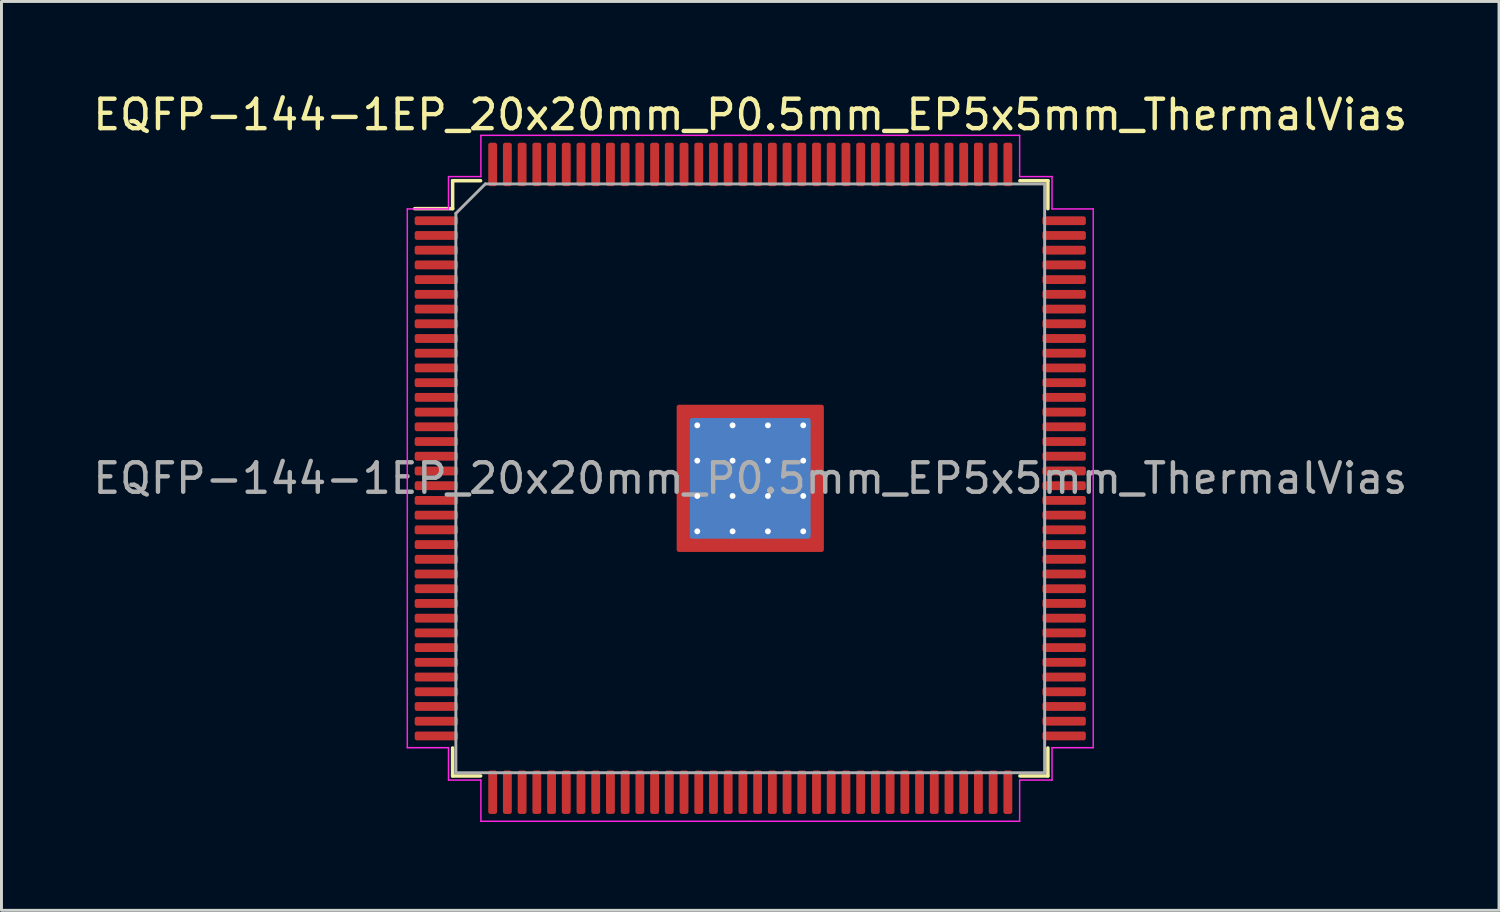
<source format=kicad_pcb>
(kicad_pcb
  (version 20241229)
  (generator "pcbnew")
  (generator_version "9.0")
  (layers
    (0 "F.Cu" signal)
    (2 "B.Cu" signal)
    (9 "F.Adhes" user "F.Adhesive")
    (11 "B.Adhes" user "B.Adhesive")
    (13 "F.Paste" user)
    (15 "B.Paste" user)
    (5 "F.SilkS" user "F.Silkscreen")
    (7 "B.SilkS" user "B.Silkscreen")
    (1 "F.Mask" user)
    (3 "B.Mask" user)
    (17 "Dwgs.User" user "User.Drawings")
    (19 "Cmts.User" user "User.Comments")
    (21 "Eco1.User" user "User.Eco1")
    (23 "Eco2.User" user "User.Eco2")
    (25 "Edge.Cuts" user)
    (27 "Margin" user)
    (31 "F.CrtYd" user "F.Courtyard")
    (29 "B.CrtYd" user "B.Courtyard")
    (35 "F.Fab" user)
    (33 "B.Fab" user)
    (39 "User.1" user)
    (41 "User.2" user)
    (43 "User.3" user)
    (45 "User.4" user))
  (footprint "EQFP-144-1EP_20x20mm_P0.5mm_EP5x5mm_ThermalVias"
    (layer "F.Cu")
    (at 22.435 13.198)
    (property "Reference" "EQFP-144-1EP_20x20mm_P0.5mm_EP5x5mm_ThermalVias" (at 0 -12.35 0) (layer "F.SilkS") (effects (font (size 1 1) (thickness 0.15))))
    (attr smd)
    (fp_line (start -10.11 -10.11) (end -10.11 -9.16) (stroke (width 0.12) (type solid)) (layer "F.SilkS"))
    (fp_line (start -10.11 -9.16) (end -11.4 -9.16) (stroke (width 0.12) (type solid)) (layer "F.SilkS"))
    (fp_line (start -10.11 10.11) (end -10.11 9.16) (stroke (width 0.12) (type solid)) (layer "F.SilkS"))
    (fp_line (start -9.16 -10.11) (end -10.11 -10.11) (stroke (width 0.12) (type solid)) (layer "F.SilkS"))
    (fp_line (start -9.16 10.11) (end -10.11 10.11) (stroke (width 0.12) (type solid)) (layer "F.SilkS"))
    (fp_line (start 9.16 -10.11) (end 10.11 -10.11) (stroke (width 0.12) (type solid)) (layer "F.SilkS"))
    (fp_line (start 9.16 10.11) (end 10.11 10.11) (stroke (width 0.12) (type solid)) (layer "F.SilkS"))
    (fp_line (start 10.11 -10.11) (end 10.11 -9.16) (stroke (width 0.12) (type solid)) (layer "F.SilkS"))
    (fp_line (start 10.11 10.11) (end 10.11 9.16) (stroke (width 0.12) (type solid)) (layer "F.SilkS"))
    (fp_line (start -11.65 -9.15) (end -11.65 0) (stroke (width 0.05) (type solid)) (layer "F.CrtYd"))
    (fp_line (start -11.65 9.15) (end -11.65 0) (stroke (width 0.05) (type solid)) (layer "F.CrtYd"))
    (fp_line (start -10.25 -10.25) (end -10.25 -9.15) (stroke (width 0.05) (type solid)) (layer "F.CrtYd"))
    (fp_line (start -10.25 -9.15) (end -11.65 -9.15) (stroke (width 0.05) (type solid)) (layer "F.CrtYd"))
    (fp_line (start -10.25 9.15) (end -11.65 9.15) (stroke (width 0.05) (type solid)) (layer "F.CrtYd"))
    (fp_line (start -10.25 10.25) (end -10.25 9.15) (stroke (width 0.05) (type solid)) (layer "F.CrtYd"))
    (fp_line (start -9.15 -11.65) (end -9.15 -10.25) (stroke (width 0.05) (type solid)) (layer "F.CrtYd"))
    (fp_line (start -9.15 -10.25) (end -10.25 -10.25) (stroke (width 0.05) (type solid)) (layer "F.CrtYd"))
    (fp_line (start -9.15 10.25) (end -10.25 10.25) (stroke (width 0.05) (type solid)) (layer "F.CrtYd"))
    (fp_line (start -9.15 11.65) (end -9.15 10.25) (stroke (width 0.05) (type solid)) (layer "F.CrtYd"))
    (fp_line (start 0 -11.65) (end -9.15 -11.65) (stroke (width 0.05) (type solid)) (layer "F.CrtYd"))
    (fp_line (start 0 -11.65) (end 9.15 -11.65) (stroke (width 0.05) (type solid)) (layer "F.CrtYd"))
    (fp_line (start 0 11.65) (end -9.15 11.65) (stroke (width 0.05) (type solid)) (layer "F.CrtYd"))
    (fp_line (start 0 11.65) (end 9.15 11.65) (stroke (width 0.05) (type solid)) (layer "F.CrtYd"))
    (fp_line (start 9.15 -11.65) (end 9.15 -10.25) (stroke (width 0.05) (type solid)) (layer "F.CrtYd"))
    (fp_line (start 9.15 -10.25) (end 10.25 -10.25) (stroke (width 0.05) (type solid)) (layer "F.CrtYd"))
    (fp_line (start 9.15 10.25) (end 10.25 10.25) (stroke (width 0.05) (type solid)) (layer "F.CrtYd"))
    (fp_line (start 9.15 11.65) (end 9.15 10.25) (stroke (width 0.05) (type solid)) (layer "F.CrtYd"))
    (fp_line (start 10.25 -10.25) (end 10.25 -9.15) (stroke (width 0.05) (type solid)) (layer "F.CrtYd"))
    (fp_line (start 10.25 -9.15) (end 11.65 -9.15) (stroke (width 0.05) (type solid)) (layer "F.CrtYd"))
    (fp_line (start 10.25 9.15) (end 11.65 9.15) (stroke (width 0.05) (type solid)) (layer "F.CrtYd"))
    (fp_line (start 10.25 10.25) (end 10.25 9.15) (stroke (width 0.05) (type solid)) (layer "F.CrtYd"))
    (fp_line (start 11.65 -9.15) (end 11.65 0) (stroke (width 0.05) (type solid)) (layer "F.CrtYd"))
    (fp_line (start 11.65 9.15) (end 11.65 0) (stroke (width 0.05) (type solid)) (layer "F.CrtYd"))
    (fp_line (start -10 -9) (end -9 -10) (stroke (width 0.1) (type solid)) (layer "F.Fab"))
    (fp_line (start -10 10) (end -10 -9) (stroke (width 0.1) (type solid)) (layer "F.Fab"))
    (fp_line (start -9 -10) (end 10 -10) (stroke (width 0.1) (type solid)) (layer "F.Fab"))
    (fp_line (start 10 -10) (end 10 10) (stroke (width 0.1) (type solid)) (layer "F.Fab"))
    (fp_line (start 10 10) (end -10 10) (stroke (width 0.1) (type solid)) (layer "F.Fab"))
    (fp_text user "${REFERENCE}" (at 0 0 0) (layer "F.Fab") (effects (font (size 1 1) (thickness 0.15))))
    (pad "" smd custom (at -2.15 -2.15) (size 0.46 0.46) (layers "F.Paste") (options (anchor circle)) (primitives (gr_poly (pts (xy -0.282 -0.282) (xy 0.282 -0.282) (xy 0.282 0.135) (xy 0.135 0.282) (xy -0.282 0.282)) (width 0) (fill yes))))
    (pad "" smd custom (at -2.15 -1.2) (size 0.495 0.495) (layers "F.Paste") (options (anchor circle)) (primitives (gr_poly (pts (xy -0.282 -0.484) (xy 0.183 -0.484) (xy 0.282 -0.385) (xy 0.282 0.385) (xy 0.183 0.484) (xy -0.282 0.484)) (width 0) (fill yes))))
    (pad "" smd custom (at -2.15 0) (size 0.495 0.495) (layers "F.Paste") (options (anchor circle)) (primitives (gr_poly (pts (xy -0.282 -0.484) (xy 0.183 -0.484) (xy 0.282 -0.385) (xy 0.282 0.385) (xy 0.183 0.484) (xy -0.282 0.484)) (width 0) (fill yes))))
    (pad "" smd custom (at -2.15 1.2) (size 0.495 0.495) (layers "F.Paste") (options (anchor circle)) (primitives (gr_poly (pts (xy -0.282 -0.484) (xy 0.183 -0.484) (xy 0.282 -0.385) (xy 0.282 0.385) (xy 0.183 0.484) (xy -0.282 0.484)) (width 0) (fill yes))))
    (pad "" smd custom (at -2.15 2.15) (size 0.46 0.46) (layers "F.Paste") (options (anchor circle)) (primitives (gr_poly (pts (xy -0.282 -0.282) (xy 0.135 -0.282) (xy 0.282 -0.135) (xy 0.282 0.282) (xy -0.282 0.282)) (width 0) (fill yes))))
    (pad "" smd custom (at -1.2 -2.15) (size 0.495 0.495) (layers "F.Paste") (options (anchor circle)) (primitives (gr_poly (pts (xy -0.484 -0.282) (xy 0.484 -0.282) (xy 0.484 0.183) (xy 0.385 0.282) (xy -0.385 0.282) (xy -0.484 0.183)) (width 0) (fill yes))))
    (pad "" smd custom (at -1.2 -1.2) (size 0.932 0.932) (layers "F.Paste") (options (anchor circle)) (primitives (gr_poly (pts (xy -0.484 -0.433) (xy -0.433 -0.484) (xy 0.433 -0.484) (xy 0.484 -0.433) (xy 0.484 0.433) (xy 0.433 0.484) (xy -0.433 0.484) (xy -0.484 0.433)) (width 0) (fill yes))))
    (pad "" smd custom (at -1.2 0) (size 0.932 0.932) (layers "F.Paste") (options (anchor circle)) (primitives (gr_poly (pts (xy -0.484 -0.433) (xy -0.433 -0.484) (xy 0.433 -0.484) (xy 0.484 -0.433) (xy 0.484 0.433) (xy 0.433 0.484) (xy -0.433 0.484) (xy -0.484 0.433)) (width 0) (fill yes))))
    (pad "" smd custom (at -1.2 1.2) (size 0.932 0.932) (layers "F.Paste") (options (anchor circle)) (primitives (gr_poly (pts (xy -0.484 -0.433) (xy -0.433 -0.484) (xy 0.433 -0.484) (xy 0.484 -0.433) (xy 0.484 0.433) (xy 0.433 0.484) (xy -0.433 0.484) (xy -0.484 0.433)) (width 0) (fill yes))))
    (pad "" smd custom (at -1.2 2.15) (size 0.495 0.495) (layers "F.Paste") (options (anchor circle)) (primitives (gr_poly (pts (xy -0.484 -0.183) (xy -0.385 -0.282) (xy 0.385 -0.282) (xy 0.484 -0.183) (xy 0.484 0.282) (xy -0.484 0.282)) (width 0) (fill yes))))
    (pad "" smd custom (at 0 -2.15) (size 0.495 0.495) (layers "F.Paste") (options (anchor circle)) (primitives (gr_poly (pts (xy -0.484 -0.282) (xy 0.484 -0.282) (xy 0.484 0.183) (xy 0.385 0.282) (xy -0.385 0.282) (xy -0.484 0.183)) (width 0) (fill yes))))
    (pad "" smd custom (at 0 -1.2) (size 0.932 0.932) (layers "F.Paste") (options (anchor circle)) (primitives (gr_poly (pts (xy -0.484 -0.433) (xy -0.433 -0.484) (xy 0.433 -0.484) (xy 0.484 -0.433) (xy 0.484 0.433) (xy 0.433 0.484) (xy -0.433 0.484) (xy -0.484 0.433)) (width 0) (fill yes))))
    (pad "" smd custom (at 0 0) (size 0.932 0.932) (layers "F.Paste") (options (anchor circle)) (primitives (gr_poly (pts (xy -0.484 -0.433) (xy -0.433 -0.484) (xy 0.433 -0.484) (xy 0.484 -0.433) (xy 0.484 0.433) (xy 0.433 0.484) (xy -0.433 0.484) (xy -0.484 0.433)) (width 0) (fill yes))))
    (pad "" smd custom (at 0 1.2) (size 0.932 0.932) (layers "F.Paste") (options (anchor circle)) (primitives (gr_poly (pts (xy -0.484 -0.433) (xy -0.433 -0.484) (xy 0.433 -0.484) (xy 0.484 -0.433) (xy 0.484 0.433) (xy 0.433 0.484) (xy -0.433 0.484) (xy -0.484 0.433)) (width 0) (fill yes))))
    (pad "" smd custom (at 0 2.15) (size 0.495 0.495) (layers "F.Paste") (options (anchor circle)) (primitives (gr_poly (pts (xy -0.484 -0.183) (xy -0.385 -0.282) (xy 0.385 -0.282) (xy 0.484 -0.183) (xy 0.484 0.282) (xy -0.484 0.282)) (width 0) (fill yes))))
    (pad "" smd custom (at 1.2 -2.15) (size 0.495 0.495) (layers "F.Paste") (options (anchor circle)) (primitives (gr_poly (pts (xy -0.484 -0.282) (xy 0.484 -0.282) (xy 0.484 0.183) (xy 0.385 0.282) (xy -0.385 0.282) (xy -0.484 0.183)) (width 0) (fill yes))))
    (pad "" smd custom (at 1.2 -1.2) (size 0.932 0.932) (layers "F.Paste") (options (anchor circle)) (primitives (gr_poly (pts (xy -0.484 -0.433) (xy -0.433 -0.484) (xy 0.433 -0.484) (xy 0.484 -0.433) (xy 0.484 0.433) (xy 0.433 0.484) (xy -0.433 0.484) (xy -0.484 0.433)) (width 0) (fill yes))))
    (pad "" smd custom (at 1.2 0) (size 0.932 0.932) (layers "F.Paste") (options (anchor circle)) (primitives (gr_poly (pts (xy -0.484 -0.433) (xy -0.433 -0.484) (xy 0.433 -0.484) (xy 0.484 -0.433) (xy 0.484 0.433) (xy 0.433 0.484) (xy -0.433 0.484) (xy -0.484 0.433)) (width 0) (fill yes))))
    (pad "" smd custom (at 1.2 1.2) (size 0.932 0.932) (layers "F.Paste") (options (anchor circle)) (primitives (gr_poly (pts (xy -0.484 -0.433) (xy -0.433 -0.484) (xy 0.433 -0.484) (xy 0.484 -0.433) (xy 0.484 0.433) (xy 0.433 0.484) (xy -0.433 0.484) (xy -0.484 0.433)) (width 0) (fill yes))))
    (pad "" smd custom (at 1.2 2.15) (size 0.495 0.495) (layers "F.Paste") (options (anchor circle)) (primitives (gr_poly (pts (xy -0.484 -0.183) (xy -0.385 -0.282) (xy 0.385 -0.282) (xy 0.484 -0.183) (xy 0.484 0.282) (xy -0.484 0.282)) (width 0) (fill yes))))
    (pad "" smd custom (at 2.15 -2.15) (size 0.46 0.46) (layers "F.Paste") (options (anchor circle)) (primitives (gr_poly (pts (xy -0.282 -0.282) (xy 0.282 -0.282) (xy 0.282 0.282) (xy -0.135 0.282) (xy -0.282 0.135)) (width 0) (fill yes))))
    (pad "" smd custom (at 2.15 -1.2) (size 0.495 0.495) (layers "F.Paste") (options (anchor circle)) (primitives (gr_poly (pts (xy -0.282 -0.385) (xy -0.183 -0.484) (xy 0.282 -0.484) (xy 0.282 0.484) (xy -0.183 0.484) (xy -0.282 0.385)) (width 0) (fill yes))))
    (pad "" smd custom (at 2.15 0) (size 0.495 0.495) (layers "F.Paste") (options (anchor circle)) (primitives (gr_poly (pts (xy -0.282 -0.385) (xy -0.183 -0.484) (xy 0.282 -0.484) (xy 0.282 0.484) (xy -0.183 0.484) (xy -0.282 0.385)) (width 0) (fill yes))))
    (pad "" smd custom (at 2.15 1.2) (size 0.495 0.495) (layers "F.Paste") (options (anchor circle)) (primitives (gr_poly (pts (xy -0.282 -0.385) (xy -0.183 -0.484) (xy 0.282 -0.484) (xy 0.282 0.484) (xy -0.183 0.484) (xy -0.282 0.385)) (width 0) (fill yes))))
    (pad "" smd custom (at 2.15 2.15) (size 0.46 0.46) (layers "F.Paste") (options (anchor circle)) (primitives (gr_poly (pts (xy -0.282 -0.135) (xy -0.135 -0.282) (xy 0.282 -0.282) (xy 0.282 0.282) (xy -0.282 0.282)) (width 0) (fill yes))))
    (pad "1" smd roundrect (at -10.662 -8.75) (size 1.475 0.3) (layers "F.Cu" "F.Mask" "F.Paste") (roundrect_rratio 0.25))
    (pad "2" smd roundrect (at -10.662 -8.25) (size 1.475 0.3) (layers "F.Cu" "F.Mask" "F.Paste") (roundrect_rratio 0.25))
    (pad "3" smd roundrect (at -10.662 -7.75) (size 1.475 0.3) (layers "F.Cu" "F.Mask" "F.Paste") (roundrect_rratio 0.25))
    (pad "4" smd roundrect (at -10.662 -7.25) (size 1.475 0.3) (layers "F.Cu" "F.Mask" "F.Paste") (roundrect_rratio 0.25))
    (pad "5" smd roundrect (at -10.662 -6.75) (size 1.475 0.3) (layers "F.Cu" "F.Mask" "F.Paste") (roundrect_rratio 0.25))
    (pad "6" smd roundrect (at -10.662 -6.25) (size 1.475 0.3) (layers "F.Cu" "F.Mask" "F.Paste") (roundrect_rratio 0.25))
    (pad "7" smd roundrect (at -10.662 -5.75) (size 1.475 0.3) (layers "F.Cu" "F.Mask" "F.Paste") (roundrect_rratio 0.25))
    (pad "8" smd roundrect (at -10.662 -5.25) (size 1.475 0.3) (layers "F.Cu" "F.Mask" "F.Paste") (roundrect_rratio 0.25))
    (pad "9" smd roundrect (at -10.662 -4.75) (size 1.475 0.3) (layers "F.Cu" "F.Mask" "F.Paste") (roundrect_rratio 0.25))
    (pad "10" smd roundrect (at -10.662 -4.25) (size 1.475 0.3) (layers "F.Cu" "F.Mask" "F.Paste") (roundrect_rratio 0.25))
    (pad "11" smd roundrect (at -10.662 -3.75) (size 1.475 0.3) (layers "F.Cu" "F.Mask" "F.Paste") (roundrect_rratio 0.25))
    (pad "12" smd roundrect (at -10.662 -3.25) (size 1.475 0.3) (layers "F.Cu" "F.Mask" "F.Paste") (roundrect_rratio 0.25))
    (pad "13" smd roundrect (at -10.662 -2.75) (size 1.475 0.3) (layers "F.Cu" "F.Mask" "F.Paste") (roundrect_rratio 0.25))
    (pad "14" smd roundrect (at -10.662 -2.25) (size 1.475 0.3) (layers "F.Cu" "F.Mask" "F.Paste") (roundrect_rratio 0.25))
    (pad "15" smd roundrect (at -10.662 -1.75) (size 1.475 0.3) (layers "F.Cu" "F.Mask" "F.Paste") (roundrect_rratio 0.25))
    (pad "16" smd roundrect (at -10.662 -1.25) (size 1.475 0.3) (layers "F.Cu" "F.Mask" "F.Paste") (roundrect_rratio 0.25))
    (pad "17" smd roundrect (at -10.662 -0.75) (size 1.475 0.3) (layers "F.Cu" "F.Mask" "F.Paste") (roundrect_rratio 0.25))
    (pad "18" smd roundrect (at -10.662 -0.25) (size 1.475 0.3) (layers "F.Cu" "F.Mask" "F.Paste") (roundrect_rratio 0.25))
    (pad "19" smd roundrect (at -10.662 0.25) (size 1.475 0.3) (layers "F.Cu" "F.Mask" "F.Paste") (roundrect_rratio 0.25))
    (pad "20" smd roundrect (at -10.662 0.75) (size 1.475 0.3) (layers "F.Cu" "F.Mask" "F.Paste") (roundrect_rratio 0.25))
    (pad "21" smd roundrect (at -10.662 1.25) (size 1.475 0.3) (layers "F.Cu" "F.Mask" "F.Paste") (roundrect_rratio 0.25))
    (pad "22" smd roundrect (at -10.662 1.75) (size 1.475 0.3) (layers "F.Cu" "F.Mask" "F.Paste") (roundrect_rratio 0.25))
    (pad "23" smd roundrect (at -10.662 2.25) (size 1.475 0.3) (layers "F.Cu" "F.Mask" "F.Paste") (roundrect_rratio 0.25))
    (pad "24" smd roundrect (at -10.662 2.75) (size 1.475 0.3) (layers "F.Cu" "F.Mask" "F.Paste") (roundrect_rratio 0.25))
    (pad "25" smd roundrect (at -10.662 3.25) (size 1.475 0.3) (layers "F.Cu" "F.Mask" "F.Paste") (roundrect_rratio 0.25))
    (pad "26" smd roundrect (at -10.662 3.75) (size 1.475 0.3) (layers "F.Cu" "F.Mask" "F.Paste") (roundrect_rratio 0.25))
    (pad "27" smd roundrect (at -10.662 4.25) (size 1.475 0.3) (layers "F.Cu" "F.Mask" "F.Paste") (roundrect_rratio 0.25))
    (pad "28" smd roundrect (at -10.662 4.75) (size 1.475 0.3) (layers "F.Cu" "F.Mask" "F.Paste") (roundrect_rratio 0.25))
    (pad "29" smd roundrect (at -10.662 5.25) (size 1.475 0.3) (layers "F.Cu" "F.Mask" "F.Paste") (roundrect_rratio 0.25))
    (pad "30" smd roundrect (at -10.662 5.75) (size 1.475 0.3) (layers "F.Cu" "F.Mask" "F.Paste") (roundrect_rratio 0.25))
    (pad "31" smd roundrect (at -10.662 6.25) (size 1.475 0.3) (layers "F.Cu" "F.Mask" "F.Paste") (roundrect_rratio 0.25))
    (pad "32" smd roundrect (at -10.662 6.75) (size 1.475 0.3) (layers "F.Cu" "F.Mask" "F.Paste") (roundrect_rratio 0.25))
    (pad "33" smd roundrect (at -10.662 7.25) (size 1.475 0.3) (layers "F.Cu" "F.Mask" "F.Paste") (roundrect_rratio 0.25))
    (pad "34" smd roundrect (at -10.662 7.75) (size 1.475 0.3) (layers "F.Cu" "F.Mask" "F.Paste") (roundrect_rratio 0.25))
    (pad "35" smd roundrect (at -10.662 8.25) (size 1.475 0.3) (layers "F.Cu" "F.Mask" "F.Paste") (roundrect_rratio 0.25))
    (pad "36" smd roundrect (at -10.662 8.75) (size 1.475 0.3) (layers "F.Cu" "F.Mask" "F.Paste") (roundrect_rratio 0.25))
    (pad "37" smd roundrect (at -8.75 10.662) (size 0.3 1.475) (layers "F.Cu" "F.Mask" "F.Paste") (roundrect_rratio 0.25))
    (pad "38" smd roundrect (at -8.25 10.662) (size 0.3 1.475) (layers "F.Cu" "F.Mask" "F.Paste") (roundrect_rratio 0.25))
    (pad "39" smd roundrect (at -7.75 10.662) (size 0.3 1.475) (layers "F.Cu" "F.Mask" "F.Paste") (roundrect_rratio 0.25))
    (pad "40" smd roundrect (at -7.25 10.662) (size 0.3 1.475) (layers "F.Cu" "F.Mask" "F.Paste") (roundrect_rratio 0.25))
    (pad "41" smd roundrect (at -6.75 10.662) (size 0.3 1.475) (layers "F.Cu" "F.Mask" "F.Paste") (roundrect_rratio 0.25))
    (pad "42" smd roundrect (at -6.25 10.662) (size 0.3 1.475) (layers "F.Cu" "F.Mask" "F.Paste") (roundrect_rratio 0.25))
    (pad "43" smd roundrect (at -5.75 10.662) (size 0.3 1.475) (layers "F.Cu" "F.Mask" "F.Paste") (roundrect_rratio 0.25))
    (pad "44" smd roundrect (at -5.25 10.662) (size 0.3 1.475) (layers "F.Cu" "F.Mask" "F.Paste") (roundrect_rratio 0.25))
    (pad "45" smd roundrect (at -4.75 10.662) (size 0.3 1.475) (layers "F.Cu" "F.Mask" "F.Paste") (roundrect_rratio 0.25))
    (pad "46" smd roundrect (at -4.25 10.662) (size 0.3 1.475) (layers "F.Cu" "F.Mask" "F.Paste") (roundrect_rratio 0.25))
    (pad "47" smd roundrect (at -3.75 10.662) (size 0.3 1.475) (layers "F.Cu" "F.Mask" "F.Paste") (roundrect_rratio 0.25))
    (pad "48" smd roundrect (at -3.25 10.662) (size 0.3 1.475) (layers "F.Cu" "F.Mask" "F.Paste") (roundrect_rratio 0.25))
    (pad "49" smd roundrect (at -2.75 10.662) (size 0.3 1.475) (layers "F.Cu" "F.Mask" "F.Paste") (roundrect_rratio 0.25))
    (pad "50" smd roundrect (at -2.25 10.662) (size 0.3 1.475) (layers "F.Cu" "F.Mask" "F.Paste") (roundrect_rratio 0.25))
    (pad "51" smd roundrect (at -1.75 10.662) (size 0.3 1.475) (layers "F.Cu" "F.Mask" "F.Paste") (roundrect_rratio 0.25))
    (pad "52" smd roundrect (at -1.25 10.662) (size 0.3 1.475) (layers "F.Cu" "F.Mask" "F.Paste") (roundrect_rratio 0.25))
    (pad "53" smd roundrect (at -0.75 10.662) (size 0.3 1.475) (layers "F.Cu" "F.Mask" "F.Paste") (roundrect_rratio 0.25))
    (pad "54" smd roundrect (at -0.25 10.662) (size 0.3 1.475) (layers "F.Cu" "F.Mask" "F.Paste") (roundrect_rratio 0.25))
    (pad "55" smd roundrect (at 0.25 10.662) (size 0.3 1.475) (layers "F.Cu" "F.Mask" "F.Paste") (roundrect_rratio 0.25))
    (pad "56" smd roundrect (at 0.75 10.662) (size 0.3 1.475) (layers "F.Cu" "F.Mask" "F.Paste") (roundrect_rratio 0.25))
    (pad "57" smd roundrect (at 1.25 10.662) (size 0.3 1.475) (layers "F.Cu" "F.Mask" "F.Paste") (roundrect_rratio 0.25))
    (pad "58" smd roundrect (at 1.75 10.662) (size 0.3 1.475) (layers "F.Cu" "F.Mask" "F.Paste") (roundrect_rratio 0.25))
    (pad "59" smd roundrect (at 2.25 10.662) (size 0.3 1.475) (layers "F.Cu" "F.Mask" "F.Paste") (roundrect_rratio 0.25))
    (pad "60" smd roundrect (at 2.75 10.662) (size 0.3 1.475) (layers "F.Cu" "F.Mask" "F.Paste") (roundrect_rratio 0.25))
    (pad "61" smd roundrect (at 3.25 10.662) (size 0.3 1.475) (layers "F.Cu" "F.Mask" "F.Paste") (roundrect_rratio 0.25))
    (pad "62" smd roundrect (at 3.75 10.662) (size 0.3 1.475) (layers "F.Cu" "F.Mask" "F.Paste") (roundrect_rratio 0.25))
    (pad "63" smd roundrect (at 4.25 10.662) (size 0.3 1.475) (layers "F.Cu" "F.Mask" "F.Paste") (roundrect_rratio 0.25))
    (pad "64" smd roundrect (at 4.75 10.662) (size 0.3 1.475) (layers "F.Cu" "F.Mask" "F.Paste") (roundrect_rratio 0.25))
    (pad "65" smd roundrect (at 5.25 10.662) (size 0.3 1.475) (layers "F.Cu" "F.Mask" "F.Paste") (roundrect_rratio 0.25))
    (pad "66" smd roundrect (at 5.75 10.662) (size 0.3 1.475) (layers "F.Cu" "F.Mask" "F.Paste") (roundrect_rratio 0.25))
    (pad "67" smd roundrect (at 6.25 10.662) (size 0.3 1.475) (layers "F.Cu" "F.Mask" "F.Paste") (roundrect_rratio 0.25))
    (pad "68" smd roundrect (at 6.75 10.662) (size 0.3 1.475) (layers "F.Cu" "F.Mask" "F.Paste") (roundrect_rratio 0.25))
    (pad "69" smd roundrect (at 7.25 10.662) (size 0.3 1.475) (layers "F.Cu" "F.Mask" "F.Paste") (roundrect_rratio 0.25))
    (pad "70" smd roundrect (at 7.75 10.662) (size 0.3 1.475) (layers "F.Cu" "F.Mask" "F.Paste") (roundrect_rratio 0.25))
    (pad "71" smd roundrect (at 8.25 10.662) (size 0.3 1.475) (layers "F.Cu" "F.Mask" "F.Paste") (roundrect_rratio 0.25))
    (pad "72" smd roundrect (at 8.75 10.662) (size 0.3 1.475) (layers "F.Cu" "F.Mask" "F.Paste") (roundrect_rratio 0.25))
    (pad "73" smd roundrect (at 10.662 8.75) (size 1.475 0.3) (layers "F.Cu" "F.Mask" "F.Paste") (roundrect_rratio 0.25))
    (pad "74" smd roundrect (at 10.662 8.25) (size 1.475 0.3) (layers "F.Cu" "F.Mask" "F.Paste") (roundrect_rratio 0.25))
    (pad "75" smd roundrect (at 10.662 7.75) (size 1.475 0.3) (layers "F.Cu" "F.Mask" "F.Paste") (roundrect_rratio 0.25))
    (pad "76" smd roundrect (at 10.662 7.25) (size 1.475 0.3) (layers "F.Cu" "F.Mask" "F.Paste") (roundrect_rratio 0.25))
    (pad "77" smd roundrect (at 10.662 6.75) (size 1.475 0.3) (layers "F.Cu" "F.Mask" "F.Paste") (roundrect_rratio 0.25))
    (pad "78" smd roundrect (at 10.662 6.25) (size 1.475 0.3) (layers "F.Cu" "F.Mask" "F.Paste") (roundrect_rratio 0.25))
    (pad "79" smd roundrect (at 10.662 5.75) (size 1.475 0.3) (layers "F.Cu" "F.Mask" "F.Paste") (roundrect_rratio 0.25))
    (pad "80" smd roundrect (at 10.662 5.25) (size 1.475 0.3) (layers "F.Cu" "F.Mask" "F.Paste") (roundrect_rratio 0.25))
    (pad "81" smd roundrect (at 10.662 4.75) (size 1.475 0.3) (layers "F.Cu" "F.Mask" "F.Paste") (roundrect_rratio 0.25))
    (pad "82" smd roundrect (at 10.662 4.25) (size 1.475 0.3) (layers "F.Cu" "F.Mask" "F.Paste") (roundrect_rratio 0.25))
    (pad "83" smd roundrect (at 10.662 3.75) (size 1.475 0.3) (layers "F.Cu" "F.Mask" "F.Paste") (roundrect_rratio 0.25))
    (pad "84" smd roundrect (at 10.662 3.25) (size 1.475 0.3) (layers "F.Cu" "F.Mask" "F.Paste") (roundrect_rratio 0.25))
    (pad "85" smd roundrect (at 10.662 2.75) (size 1.475 0.3) (layers "F.Cu" "F.Mask" "F.Paste") (roundrect_rratio 0.25))
    (pad "86" smd roundrect (at 10.662 2.25) (size 1.475 0.3) (layers "F.Cu" "F.Mask" "F.Paste") (roundrect_rratio 0.25))
    (pad "87" smd roundrect (at 10.662 1.75) (size 1.475 0.3) (layers "F.Cu" "F.Mask" "F.Paste") (roundrect_rratio 0.25))
    (pad "88" smd roundrect (at 10.662 1.25) (size 1.475 0.3) (layers "F.Cu" "F.Mask" "F.Paste") (roundrect_rratio 0.25))
    (pad "89" smd roundrect (at 10.662 0.75) (size 1.475 0.3) (layers "F.Cu" "F.Mask" "F.Paste") (roundrect_rratio 0.25))
    (pad "90" smd roundrect (at 10.662 0.25) (size 1.475 0.3) (layers "F.Cu" "F.Mask" "F.Paste") (roundrect_rratio 0.25))
    (pad "91" smd roundrect (at 10.662 -0.25) (size 1.475 0.3) (layers "F.Cu" "F.Mask" "F.Paste") (roundrect_rratio 0.25))
    (pad "92" smd roundrect (at 10.662 -0.75) (size 1.475 0.3) (layers "F.Cu" "F.Mask" "F.Paste") (roundrect_rratio 0.25))
    (pad "93" smd roundrect (at 10.662 -1.25) (size 1.475 0.3) (layers "F.Cu" "F.Mask" "F.Paste") (roundrect_rratio 0.25))
    (pad "94" smd roundrect (at 10.662 -1.75) (size 1.475 0.3) (layers "F.Cu" "F.Mask" "F.Paste") (roundrect_rratio 0.25))
    (pad "95" smd roundrect (at 10.662 -2.25) (size 1.475 0.3) (layers "F.Cu" "F.Mask" "F.Paste") (roundrect_rratio 0.25))
    (pad "96" smd roundrect (at 10.662 -2.75) (size 1.475 0.3) (layers "F.Cu" "F.Mask" "F.Paste") (roundrect_rratio 0.25))
    (pad "97" smd roundrect (at 10.662 -3.25) (size 1.475 0.3) (layers "F.Cu" "F.Mask" "F.Paste") (roundrect_rratio 0.25))
    (pad "98" smd roundrect (at 10.662 -3.75) (size 1.475 0.3) (layers "F.Cu" "F.Mask" "F.Paste") (roundrect_rratio 0.25))
    (pad "99" smd roundrect (at 10.662 -4.25) (size 1.475 0.3) (layers "F.Cu" "F.Mask" "F.Paste") (roundrect_rratio 0.25))
    (pad "100" smd roundrect (at 10.662 -4.75) (size 1.475 0.3) (layers "F.Cu" "F.Mask" "F.Paste") (roundrect_rratio 0.25))
    (pad "101" smd roundrect (at 10.662 -5.25) (size 1.475 0.3) (layers "F.Cu" "F.Mask" "F.Paste") (roundrect_rratio 0.25))
    (pad "102" smd roundrect (at 10.662 -5.75) (size 1.475 0.3) (layers "F.Cu" "F.Mask" "F.Paste") (roundrect_rratio 0.25))
    (pad "103" smd roundrect (at 10.662 -6.25) (size 1.475 0.3) (layers "F.Cu" "F.Mask" "F.Paste") (roundrect_rratio 0.25))
    (pad "104" smd roundrect (at 10.662 -6.75) (size 1.475 0.3) (layers "F.Cu" "F.Mask" "F.Paste") (roundrect_rratio 0.25))
    (pad "105" smd roundrect (at 10.662 -7.25) (size 1.475 0.3) (layers "F.Cu" "F.Mask" "F.Paste") (roundrect_rratio 0.25))
    (pad "106" smd roundrect (at 10.662 -7.75) (size 1.475 0.3) (layers "F.Cu" "F.Mask" "F.Paste") (roundrect_rratio 0.25))
    (pad "107" smd roundrect (at 10.662 -8.25) (size 1.475 0.3) (layers "F.Cu" "F.Mask" "F.Paste") (roundrect_rratio 0.25))
    (pad "108" smd roundrect (at 10.662 -8.75) (size 1.475 0.3) (layers "F.Cu" "F.Mask" "F.Paste") (roundrect_rratio 0.25))
    (pad "109" smd roundrect (at 8.75 -10.662) (size 0.3 1.475) (layers "F.Cu" "F.Mask" "F.Paste") (roundrect_rratio 0.25))
    (pad "110" smd roundrect (at 8.25 -10.662) (size 0.3 1.475) (layers "F.Cu" "F.Mask" "F.Paste") (roundrect_rratio 0.25))
    (pad "111" smd roundrect (at 7.75 -10.662) (size 0.3 1.475) (layers "F.Cu" "F.Mask" "F.Paste") (roundrect_rratio 0.25))
    (pad "112" smd roundrect (at 7.25 -10.662) (size 0.3 1.475) (layers "F.Cu" "F.Mask" "F.Paste") (roundrect_rratio 0.25))
    (pad "113" smd roundrect (at 6.75 -10.662) (size 0.3 1.475) (layers "F.Cu" "F.Mask" "F.Paste") (roundrect_rratio 0.25))
    (pad "114" smd roundrect (at 6.25 -10.662) (size 0.3 1.475) (layers "F.Cu" "F.Mask" "F.Paste") (roundrect_rratio 0.25))
    (pad "115" smd roundrect (at 5.75 -10.662) (size 0.3 1.475) (layers "F.Cu" "F.Mask" "F.Paste") (roundrect_rratio 0.25))
    (pad "116" smd roundrect (at 5.25 -10.662) (size 0.3 1.475) (layers "F.Cu" "F.Mask" "F.Paste") (roundrect_rratio 0.25))
    (pad "117" smd roundrect (at 4.75 -10.662) (size 0.3 1.475) (layers "F.Cu" "F.Mask" "F.Paste") (roundrect_rratio 0.25))
    (pad "118" smd roundrect (at 4.25 -10.662) (size 0.3 1.475) (layers "F.Cu" "F.Mask" "F.Paste") (roundrect_rratio 0.25))
    (pad "119" smd roundrect (at 3.75 -10.662) (size 0.3 1.475) (layers "F.Cu" "F.Mask" "F.Paste") (roundrect_rratio 0.25))
    (pad "120" smd roundrect (at 3.25 -10.662) (size 0.3 1.475) (layers "F.Cu" "F.Mask" "F.Paste") (roundrect_rratio 0.25))
    (pad "121" smd roundrect (at 2.75 -10.662) (size 0.3 1.475) (layers "F.Cu" "F.Mask" "F.Paste") (roundrect_rratio 0.25))
    (pad "122" smd roundrect (at 2.25 -10.662) (size 0.3 1.475) (layers "F.Cu" "F.Mask" "F.Paste") (roundrect_rratio 0.25))
    (pad "123" smd roundrect (at 1.75 -10.662) (size 0.3 1.475) (layers "F.Cu" "F.Mask" "F.Paste") (roundrect_rratio 0.25))
    (pad "124" smd roundrect (at 1.25 -10.662) (size 0.3 1.475) (layers "F.Cu" "F.Mask" "F.Paste") (roundrect_rratio 0.25))
    (pad "125" smd roundrect (at 0.75 -10.662) (size 0.3 1.475) (layers "F.Cu" "F.Mask" "F.Paste") (roundrect_rratio 0.25))
    (pad "126" smd roundrect (at 0.25 -10.662) (size 0.3 1.475) (layers "F.Cu" "F.Mask" "F.Paste") (roundrect_rratio 0.25))
    (pad "127" smd roundrect (at -0.25 -10.662) (size 0.3 1.475) (layers "F.Cu" "F.Mask" "F.Paste") (roundrect_rratio 0.25))
    (pad "128" smd roundrect (at -0.75 -10.662) (size 0.3 1.475) (layers "F.Cu" "F.Mask" "F.Paste") (roundrect_rratio 0.25))
    (pad "129" smd roundrect (at -1.25 -10.662) (size 0.3 1.475) (layers "F.Cu" "F.Mask" "F.Paste") (roundrect_rratio 0.25))
    (pad "130" smd roundrect (at -1.75 -10.662) (size 0.3 1.475) (layers "F.Cu" "F.Mask" "F.Paste") (roundrect_rratio 0.25))
    (pad "131" smd roundrect (at -2.25 -10.662) (size 0.3 1.475) (layers "F.Cu" "F.Mask" "F.Paste") (roundrect_rratio 0.25))
    (pad "132" smd roundrect (at -2.75 -10.662) (size 0.3 1.475) (layers "F.Cu" "F.Mask" "F.Paste") (roundrect_rratio 0.25))
    (pad "133" smd roundrect (at -3.25 -10.662) (size 0.3 1.475) (layers "F.Cu" "F.Mask" "F.Paste") (roundrect_rratio 0.25))
    (pad "134" smd roundrect (at -3.75 -10.662) (size 0.3 1.475) (layers "F.Cu" "F.Mask" "F.Paste") (roundrect_rratio 0.25))
    (pad "135" smd roundrect (at -4.25 -10.662) (size 0.3 1.475) (layers "F.Cu" "F.Mask" "F.Paste") (roundrect_rratio 0.25))
    (pad "136" smd roundrect (at -4.75 -10.662) (size 0.3 1.475) (layers "F.Cu" "F.Mask" "F.Paste") (roundrect_rratio 0.25))
    (pad "137" smd roundrect (at -5.25 -10.662) (size 0.3 1.475) (layers "F.Cu" "F.Mask" "F.Paste") (roundrect_rratio 0.25))
    (pad "138" smd roundrect (at -5.75 -10.662) (size 0.3 1.475) (layers "F.Cu" "F.Mask" "F.Paste") (roundrect_rratio 0.25))
    (pad "139" smd roundrect (at -6.25 -10.662) (size 0.3 1.475) (layers "F.Cu" "F.Mask" "F.Paste") (roundrect_rratio 0.25))
    (pad "140" smd roundrect (at -6.75 -10.662) (size 0.3 1.475) (layers "F.Cu" "F.Mask" "F.Paste") (roundrect_rratio 0.25))
    (pad "141" smd roundrect (at -7.25 -10.662) (size 0.3 1.475) (layers "F.Cu" "F.Mask" "F.Paste") (roundrect_rratio 0.25))
    (pad "142" smd roundrect (at -7.75 -10.662) (size 0.3 1.475) (layers "F.Cu" "F.Mask" "F.Paste") (roundrect_rratio 0.25))
    (pad "143" smd roundrect (at -8.25 -10.662) (size 0.3 1.475) (layers "F.Cu" "F.Mask" "F.Paste") (roundrect_rratio 0.25))
    (pad "144" smd roundrect (at -8.75 -10.662) (size 0.3 1.475) (layers "F.Cu" "F.Mask" "F.Paste") (roundrect_rratio 0.25))
    (pad "145" thru_hole circle (at -1.8 -1.8) (size 0.5 0.5) (drill 0.2) (layers "*.Cu"))
    (pad "145" thru_hole circle (at -1.8 -0.6) (size 0.5 0.5) (drill 0.2) (layers "*.Cu"))
    (pad "145" thru_hole circle (at -1.8 0.6) (size 0.5 0.5) (drill 0.2) (layers "*.Cu"))
    (pad "145" thru_hole circle (at -1.8 1.8) (size 0.5 0.5) (drill 0.2) (layers "*.Cu"))
    (pad "145" thru_hole circle (at -0.6 -1.8) (size 0.5 0.5) (drill 0.2) (layers "*.Cu"))
    (pad "145" thru_hole circle (at -0.6 -0.6) (size 0.5 0.5) (drill 0.2) (layers "*.Cu"))
    (pad "145" thru_hole circle (at -0.6 0.6) (size 0.5 0.5) (drill 0.2) (layers "*.Cu"))
    (pad "145" thru_hole circle (at -0.6 1.8) (size 0.5 0.5) (drill 0.2) (layers "*.Cu"))
    (pad "145" smd roundrect (at 0 0) (size 4.1 4.1) (layers "B.Cu") (roundrect_rratio 0.018))
    (pad "145" smd roundrect (at 0 0) (size 5 5) (layers "F.Cu" "F.Mask") (roundrect_rratio 0.015))
    (pad "145" thru_hole circle (at 0.6 -1.8) (size 0.5 0.5) (drill 0.2) (layers "*.Cu"))
    (pad "145" thru_hole circle (at 0.6 -0.6) (size 0.5 0.5) (drill 0.2) (layers "*.Cu"))
    (pad "145" thru_hole circle (at 0.6 0.6) (size 0.5 0.5) (drill 0.2) (layers "*.Cu"))
    (pad "145" thru_hole circle (at 0.6 1.8) (size 0.5 0.5) (drill 0.2) (layers "*.Cu"))
    (pad "145" thru_hole circle (at 1.8 -1.8) (size 0.5 0.5) (drill 0.2) (layers "*.Cu"))
    (pad "145" thru_hole circle (at 1.8 -0.6) (size 0.5 0.5) (drill 0.2) (layers "*.Cu"))
    (pad "145" thru_hole circle (at 1.8 0.6) (size 0.5 0.5) (drill 0.2) (layers "*.Cu"))
    (pad "145" thru_hole circle (at 1.8 1.8) (size 0.5 0.5) (drill 0.2) (layers "*.Cu")))
  (gr_rect
    (start -3 -3)
    (end 47.869 27.873)
    (stroke (width 0.1) (type default))
    (fill no)
    (layer "Edge.Cuts")))
</source>
